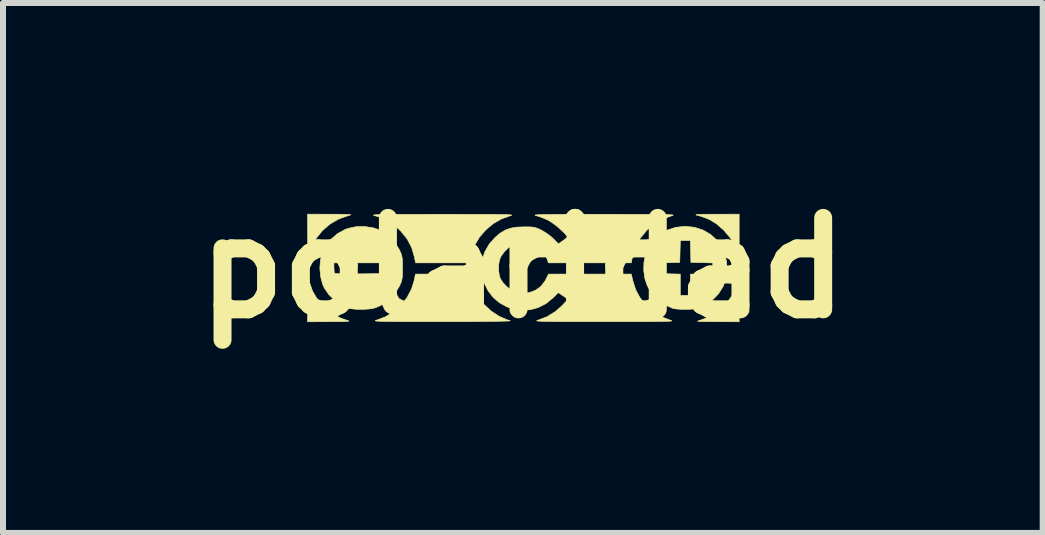
<source format=kicad_pcb>
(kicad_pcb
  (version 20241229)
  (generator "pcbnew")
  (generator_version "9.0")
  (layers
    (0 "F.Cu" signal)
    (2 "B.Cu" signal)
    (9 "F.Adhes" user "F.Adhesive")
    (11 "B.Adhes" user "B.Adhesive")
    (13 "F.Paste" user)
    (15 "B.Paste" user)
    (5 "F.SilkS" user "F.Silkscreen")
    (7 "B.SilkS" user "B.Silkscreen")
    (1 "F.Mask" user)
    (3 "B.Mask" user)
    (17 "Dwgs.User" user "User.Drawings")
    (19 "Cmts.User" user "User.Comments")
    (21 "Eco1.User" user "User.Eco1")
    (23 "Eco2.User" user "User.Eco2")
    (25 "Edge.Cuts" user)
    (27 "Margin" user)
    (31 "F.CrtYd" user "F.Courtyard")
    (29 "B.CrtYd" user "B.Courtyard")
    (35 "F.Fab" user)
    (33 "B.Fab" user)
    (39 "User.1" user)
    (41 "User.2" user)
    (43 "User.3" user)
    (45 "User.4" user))
  (footprint "polaridad"
    (layer "F.Cu")
    (at 5.668 1.418)
    (property "Reference" "polaridad" (at 0 0 0) (layer "F.SilkS") (effects (font (size 1.524 1.524) (thickness 0.3))))
    (attr through_hole)
    (fp_poly (pts (xy -3.576 0.179) (xy -3.57 0.197) (xy -3.563 0.225) (xy -3.508 0.382) (xy -3.425 0.525) (xy -3.317 0.651) (xy -3.187 0.756) (xy -3.041 0.835) (xy -2.935 0.872) (xy -2.911 0.879) (xy -2.9 0.885) (xy -2.907 0.889) (xy -2.934 0.892) (xy -2.984 0.894) (xy -3.06 0.895) (xy -3.166 0.896) (xy -3.222 0.896) (xy -3.59 0.897) (xy -3.588 0.512) (xy -3.588 0.39) (xy -3.587 0.298) (xy -3.586 0.234) (xy -3.584 0.195) (xy -3.581 0.178) (xy -3.576 0.179)) (stroke (width 0.01) (type solid)) (fill yes) (layer "F.SilkS"))
    (fp_poly (pts (xy -3.205 -0.896) (xy -3.082 -0.896) (xy -2.99 -0.895) (xy -2.926 -0.893) (xy -2.887 -0.891) (xy -2.87 -0.888) (xy -2.872 -0.884) (xy -2.89 -0.878) (xy -2.916 -0.871) (xy -3.072 -0.816) (xy -3.215 -0.733) (xy -3.34 -0.625) (xy -3.443 -0.497) (xy -3.521 -0.352) (xy -3.564 -0.224) (xy -3.571 -0.195) (xy -3.577 -0.179) (xy -3.581 -0.179) (xy -3.584 -0.198) (xy -3.586 -0.24) (xy -3.587 -0.307) (xy -3.588 -0.403) (xy -3.588 -0.512) (xy -3.59 -0.897) (xy -3.205 -0.896)) (stroke (width 0.01) (type solid)) (fill yes) (layer "F.SilkS"))
    (fp_poly (pts (xy 3.599 0.22) (xy 3.601 0.252) (xy 3.603 0.308) (xy 3.604 0.391) (xy 3.605 0.505) (xy 3.605 0.529) (xy 3.607 0.897) (xy 3.239 0.896) (xy 3.119 0.896) (xy 3.03 0.895) (xy 2.969 0.894) (xy 2.932 0.892) (xy 2.917 0.888) (xy 2.92 0.883) (xy 2.939 0.877) (xy 2.959 0.871) (xy 3.116 0.812) (xy 3.256 0.725) (xy 3.379 0.612) (xy 3.479 0.477) (xy 3.554 0.323) (xy 3.583 0.237) (xy 3.59 0.215) (xy 3.595 0.209) (xy 3.599 0.22)) (stroke (width 0.01) (type solid)) (fill yes) (layer "F.SilkS"))
    (fp_poly (pts (xy 3.607 -0.525) (xy 3.607 -0.417) (xy 3.606 -0.321) (xy 3.605 -0.242) (xy 3.604 -0.186) (xy 3.603 -0.156) (xy 3.602 -0.152) (xy 3.596 -0.167) (xy 3.586 -0.205) (xy 3.578 -0.236) (xy 3.531 -0.376) (xy 3.457 -0.504) (xy 3.353 -0.627) (xy 3.345 -0.635) (xy 3.227 -0.737) (xy 3.105 -0.811) (xy 2.971 -0.861) (xy 2.934 -0.871) (xy 2.904 -0.879) (xy 2.888 -0.884) (xy 2.888 -0.889) (xy 2.907 -0.892) (xy 2.948 -0.894) (xy 3.014 -0.895) (xy 3.108 -0.896) (xy 3.222 -0.896) (xy 3.607 -0.897) (xy 3.607 -0.525)) (stroke (width 0.01) (type solid)) (fill yes) (layer "F.SilkS"))
    (fp_poly (pts (xy -0.867 0.201) (xy -0.821 0.345) (xy -0.746 0.482) (xy -0.648 0.608) (xy -0.531 0.717) (xy -0.4 0.804) (xy -0.26 0.865) (xy -0.21 0.879) (xy -0.213 0.882) (xy -0.248 0.885) (xy -0.316 0.887) (xy -0.415 0.889) (xy -0.544 0.891) (xy -0.702 0.893) (xy -0.889 0.894) (xy -1.103 0.894) (xy -1.338 0.895) (xy -1.568 0.895) (xy -1.766 0.895) (xy -1.935 0.894) (xy -2.076 0.894) (xy -2.191 0.893) (xy -2.283 0.892) (xy -2.353 0.89) (xy -2.404 0.888) (xy -2.438 0.886) (xy -2.456 0.883) (xy -2.462 0.88) (xy -2.456 0.876) (xy -2.441 0.871) (xy -2.44 0.871) (xy -2.29 0.814) (xy -2.153 0.729) (xy -2.032 0.621) (xy -1.931 0.493) (xy -1.856 0.352) (xy -1.81 0.202) (xy -1.791 0.102) (xy -0.887 0.102) (xy -0.867 0.201)) (stroke (width 0.01) (type solid)) (fill yes) (layer "F.SilkS"))
    (fp_poly (pts (xy -1.104 -0.895) (xy -0.902 -0.894) (xy -0.73 -0.894) (xy -0.586 -0.893) (xy -0.468 -0.893) (xy -0.373 -0.891) (xy -0.301 -0.89) (xy -0.247 -0.888) (xy -0.212 -0.886) (xy -0.192 -0.883) (xy -0.186 -0.88) (xy -0.192 -0.876) (xy -0.207 -0.871) (xy -0.209 -0.871) (xy -0.357 -0.818) (xy -0.495 -0.738) (xy -0.619 -0.634) (xy -0.724 -0.512) (xy -0.805 -0.375) (xy -0.859 -0.229) (xy -0.869 -0.185) (xy -0.888 -0.085) (xy -1.788 -0.085) (xy -1.81 -0.191) (xy -1.855 -0.343) (xy -1.927 -0.48) (xy -2.028 -0.607) (xy -2.056 -0.635) (xy -2.173 -0.737) (xy -2.293 -0.81) (xy -2.427 -0.86) (xy -2.468 -0.871) (xy -2.483 -0.875) (xy -2.49 -0.879) (xy -2.484 -0.883) (xy -2.465 -0.886) (xy -2.43 -0.888) (xy -2.378 -0.89) (xy -2.306 -0.891) (xy -2.212 -0.893) (xy -2.094 -0.893) (xy -1.951 -0.894) (xy -1.78 -0.894) (xy -1.579 -0.895) (xy -1.346 -0.895) (xy -1.338 -0.895) (xy -1.104 -0.895)) (stroke (width 0.01) (type solid)) (fill yes) (layer "F.SilkS"))
    (fp_poly (pts (xy 2.862 -0.678) (xy 3.004 -0.632) (xy 3.131 -0.558) (xy 3.24 -0.459) (xy 3.315 -0.356) (xy 3.367 -0.236) (xy 3.397 -0.102) (xy 3.403 0.039) (xy 3.385 0.176) (xy 3.344 0.3) (xy 3.34 0.307) (xy 3.26 0.434) (xy 3.154 0.542) (xy 3.028 0.625) (xy 3.015 0.631) (xy 2.96 0.657) (xy 2.912 0.673) (xy 2.861 0.683) (xy 2.794 0.688) (xy 2.736 0.69) (xy 2.624 0.689) (xy 2.538 0.681) (xy 2.494 0.671) (xy 2.358 0.609) (xy 2.238 0.52) (xy 2.139 0.407) (xy 2.079 0.305) (xy 2.036 0.183) (xy 2.016 0.047) (xy 2.019 -0.084) (xy 2.25 -0.084) (xy 2.261 0.093) (xy 2.443 0.098) (xy 2.625 0.103) (xy 2.625 0.457) (xy 2.794 0.457) (xy 2.794 0.103) (xy 2.976 0.098) (xy 3.158 0.093) (xy 3.168 -0.084) (xy 2.802 -0.093) (xy 2.798 -0.275) (xy 2.793 -0.457) (xy 2.626 -0.457) (xy 2.621 -0.275) (xy 2.616 -0.093) (xy 2.25 -0.084) (xy 2.019 -0.084) (xy 2.019 -0.091) (xy 2.04 -0.196) (xy 2.098 -0.338) (xy 2.18 -0.46) (xy 2.286 -0.558) (xy 2.41 -0.632) (xy 2.551 -0.678) (xy 2.705 -0.694) (xy 2.709 -0.694) (xy 2.862 -0.678)) (stroke (width 0.01) (type solid)) (fill yes) (layer "F.SilkS"))
    (fp_poly (pts (xy -2.5 -0.67) (xy -2.417 -0.644) (xy -2.312 -0.589) (xy -2.212 -0.508) (xy -2.125 -0.41) (xy -2.062 -0.308) (xy -2.038 -0.257) (xy -2.022 -0.215) (xy -2.013 -0.173) (xy -2.008 -0.12) (xy -2.007 -0.049) (xy -2.007 -0.000356) (xy -2.007 0.086) (xy -2.01 0.148) (xy -2.017 0.196) (xy -2.029 0.238) (xy -2.049 0.284) (xy -2.059 0.305) (xy -2.136 0.43) (xy -2.239 0.537) (xy -2.361 0.62) (xy -2.388 0.633) (xy -2.445 0.658) (xy -2.495 0.674) (xy -2.551 0.683) (xy -2.623 0.688) (xy -2.667 0.689) (xy -2.778 0.689) (xy -2.865 0.68) (xy -2.908 0.671) (xy -3.028 0.616) (xy -3.14 0.537) (xy -3.237 0.441) (xy -3.311 0.333) (xy -3.337 0.275) (xy -3.372 0.145) (xy -3.385 0.004) (xy -3.378 -0.085) (xy -3.15 -0.085) (xy -3.15 -0.003) (xy -3.147 0.047) (xy -3.142 0.082) (xy -3.138 0.091) (xy -3.119 0.094) (xy -3.07 0.096) (xy -2.997 0.097) (xy -2.903 0.098) (xy -2.794 0.098) (xy -2.685 0.098) (xy -2.244 0.093) (xy -2.239 0.004) (xy -2.233 -0.085) (xy -3.15 -0.085) (xy -3.378 -0.085) (xy -3.374 -0.134) (xy -3.354 -0.217) (xy -3.292 -0.355) (xy -3.204 -0.474) (xy -3.092 -0.571) (xy -2.961 -0.643) (xy -2.91 -0.661) (xy -2.78 -0.688) (xy -2.639 -0.691) (xy -2.5 -0.67)) (stroke (width 0.01) (type solid)) (fill yes) (layer "F.SilkS"))
    (fp_poly (pts (xy 1.589 -0.895) (xy 1.791 -0.894) (xy 1.963 -0.894) (xy 2.107 -0.893) (xy 2.226 -0.893) (xy 2.32 -0.891) (xy 2.393 -0.89) (xy 2.446 -0.888) (xy 2.482 -0.886) (xy 2.501 -0.883) (xy 2.507 -0.879) (xy 2.501 -0.875) (xy 2.486 -0.871) (xy 2.331 -0.817) (xy 2.189 -0.734) (xy 2.064 -0.626) (xy 1.96 -0.499) (xy 1.881 -0.355) (xy 1.83 -0.199) (xy 1.827 -0.183) (xy 1.807 -0.085) (xy 0.426 -0.085) (xy 0.406 -0.146) (xy 0.37 -0.216) (xy 0.312 -0.287) (xy 0.242 -0.348) (xy 0.196 -0.377) (xy 0.115 -0.404) (xy 0.018 -0.414) (xy -0.08 -0.407) (xy -0.166 -0.383) (xy -0.18 -0.376) (xy -0.249 -0.329) (xy -0.313 -0.265) (xy -0.363 -0.195) (xy -0.389 -0.137) (xy -0.404 -0.049) (xy -0.404 0.046) (xy -0.39 0.134) (xy -0.375 0.178) (xy -0.332 0.244) (xy -0.27 0.31) (xy -0.198 0.366) (xy -0.129 0.401) (xy -0.122 0.403) (xy -0.004 0.423) (xy 0.109 0.411) (xy 0.212 0.372) (xy 0.302 0.306) (xy 0.371 0.216) (xy 0.383 0.193) (xy 0.427 0.102) (xy 1.807 0.102) (xy 1.835 0.216) (xy 1.882 0.363) (xy 1.949 0.489) (xy 2.041 0.606) (xy 2.049 0.615) (xy 2.179 0.732) (xy 2.321 0.818) (xy 2.444 0.865) (xy 2.463 0.871) (xy 2.477 0.876) (xy 2.483 0.88) (xy 2.478 0.884) (xy 2.462 0.887) (xy 2.431 0.889) (xy 2.384 0.891) (xy 2.319 0.892) (xy 2.233 0.893) (xy 2.124 0.894) (xy 1.991 0.895) (xy 1.83 0.895) (xy 1.641 0.895) (xy 1.42 0.895) (xy 1.355 0.895) (xy 1.125 0.895) (xy 0.926 0.895) (xy 0.758 0.895) (xy 0.617 0.894) (xy 0.502 0.893) (xy 0.41 0.892) (xy 0.339 0.89) (xy 0.288 0.888) (xy 0.255 0.886) (xy 0.236 0.883) (xy 0.231 0.88) (xy 0.236 0.876) (xy 0.251 0.871) (xy 0.252 0.871) (xy 0.401 0.814) (xy 0.542 0.727) (xy 0.643 0.639) (xy 0.689 0.591) (xy 0.725 0.552) (xy 0.743 0.528) (xy 0.745 0.524) (xy 0.732 0.509) (xy 0.698 0.483) (xy 0.668 0.462) (xy 0.59 0.411) (xy 0.502 0.499) (xy 0.386 0.594) (xy 0.259 0.659) (xy 0.126 0.696) (xy -0.009 0.705) (xy -0.143 0.688) (xy -0.271 0.646) (xy -0.389 0.58) (xy -0.494 0.491) (xy -0.58 0.38) (xy -0.646 0.248) (xy -0.67 0.169) (xy -0.691 0.021) (xy -0.68 -0.125) (xy -0.637 -0.264) (xy -0.563 -0.394) (xy -0.464 -0.507) (xy -0.377 -0.581) (xy -0.292 -0.632) (xy -0.202 -0.664) (xy -0.096 -0.681) (xy 0.017 -0.685) (xy 0.099 -0.685) (xy 0.158 -0.682) (xy 0.204 -0.673) (xy 0.247 -0.659) (xy 0.299 -0.635) (xy 0.31 -0.63) (xy 0.39 -0.582) (xy 0.469 -0.524) (xy 0.508 -0.488) (xy 0.593 -0.402) (xy 0.661 -0.449) (xy 0.703 -0.48) (xy 0.732 -0.505) (xy 0.739 -0.512) (xy 0.733 -0.533) (xy 0.706 -0.568) (xy 0.662 -0.612) (xy 0.607 -0.662) (xy 0.548 -0.711) (xy 0.488 -0.755) (xy 0.436 -0.788) (xy 0.43 -0.792) (xy 0.357 -0.825) (xy 0.278 -0.855) (xy 0.226 -0.871) (xy 0.21 -0.875) (xy 0.203 -0.879) (xy 0.208 -0.883) (xy 0.225 -0.885) (xy 0.258 -0.888) (xy 0.309 -0.89) (xy 0.379 -0.891) (xy 0.47 -0.892) (xy 0.585 -0.893) (xy 0.726 -0.894) (xy 0.893 -0.894) (xy 1.091 -0.895) (xy 1.32 -0.895) (xy 1.355 -0.895) (xy 1.589 -0.895)) (stroke (width 0.01) (type solid)) (fill yes) (layer "F.SilkS")))
  (gr_rect
    (start -3 -3)
    (end 14.336 5.836)
    (stroke (width 0.1) (type default))
    (fill no)
    (layer "Edge.Cuts")))
</source>
